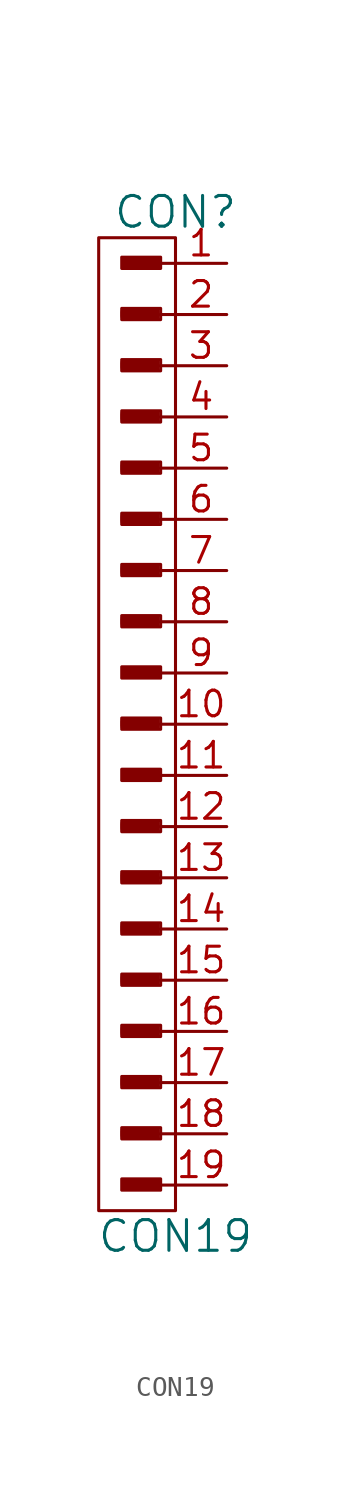
<source format=kicad_sym>
(kicad_symbol_lib
  (version 20220914)
  (generator kicad_symbol_editor)
  (symbol "CON19"
    (pin_names
      (offset 1.016))
    (property "Reference" "CON"
      (at 0 22.86 0)
      (effects (font (size 1.524 1.524))))
    (property "Value" "CON19"
      (at 0 -27.94 0)
      (effects (font (size 1.524 1.524))))
    (symbol "CON19_1_0"
      (rectangle (start -2.642 -23.012) (end -0.864 -22.657) (stroke (width 0) (type solid)) (fill (type none)))
      (rectangle (start -2.642 -20.472) (end -0.864 -20.117) (stroke (width 0) (type solid)) (fill (type none)))
      (rectangle (start -2.642 -17.932) (end -0.864 -17.577) (stroke (width 0) (type solid)) (fill (type none)))
      (rectangle (start -2.642 -15.392) (end -0.864 -15.037) (stroke (width 0) (type solid)) (fill (type none)))
      (rectangle (start -2.642 -12.852) (end -0.864 -12.497) (stroke (width 0) (type solid)) (fill (type none)))
      (rectangle (start -2.642 -10.312) (end -0.864 -9.957) (stroke (width 0) (type solid)) (fill (type none)))
      (rectangle (start -2.642 -7.772) (end -0.864 -7.417) (stroke (width 0) (type solid)) (fill (type none)))
      (rectangle (start -2.642 -2.692) (end -0.864 -2.337) (stroke (width 0) (type solid)) (fill (type none)))
      (rectangle (start -2.642 2.388) (end -0.864 2.743) (stroke (width 0) (type solid)) (fill (type none)))
      (rectangle (start -2.642 4.928) (end -0.864 5.283) (stroke (width 0) (type solid)) (fill (type none)))
      (rectangle (start -2.642 7.468) (end -0.864 7.823) (stroke (width 0) (type solid)) (fill (type none)))
      (rectangle (start -2.642 10.008) (end -0.864 10.363) (stroke (width 0) (type solid)) (fill (type none)))
      (rectangle (start -2.642 12.548) (end -0.864 12.903) (stroke (width 0) (type solid)) (fill (type none)))
      (rectangle (start -2.642 15.088) (end -0.864 15.443) (stroke (width 0) (type solid)) (fill (type none)))
      (rectangle (start -2.642 17.628) (end -0.864 17.983) (stroke (width 0) (type solid)) (fill (type none)))
      (rectangle (start -2.616 -25.552) (end -0.838 -25.197) (stroke (width 0) (type solid)) (fill (type none)))
      (rectangle (start -2.616 -22.911) (end -0.965 -22.809) (stroke (width 0) (type solid)) (fill (type none)))
      (rectangle (start -2.616 -20.371) (end -0.965 -20.269) (stroke (width 0) (type solid)) (fill (type none)))
      (rectangle (start -2.616 -17.831) (end -0.965 -17.729) (stroke (width 0) (type solid)) (fill (type none)))
      (rectangle (start -2.616 -15.291) (end -0.965 -15.189) (stroke (width 0) (type solid)) (fill (type none)))
      (rectangle (start -2.616 -12.751) (end -0.965 -12.649) (stroke (width 0) (type solid)) (fill (type none)))
      (rectangle (start -2.616 -10.211) (end -0.965 -10.109) (stroke (width 0) (type solid)) (fill (type none)))
      (rectangle (start -2.616 -7.671) (end -0.965 -7.569) (stroke (width 0) (type solid)) (fill (type none)))
      (rectangle (start -2.616 -5.232) (end -0.838 -4.877) (stroke (width 0) (type solid)) (fill (type none)))
      (rectangle (start -2.616 -2.591) (end -0.965 -2.489) (stroke (width 0) (type solid)) (fill (type none)))
      (rectangle (start -2.616 -0.152) (end -0.838 0.203) (stroke (width 0) (type solid)) (fill (type none)))
      (rectangle (start -2.616 2.489) (end -0.965 2.591) (stroke (width 0) (type solid)) (fill (type none)))
      (rectangle (start -2.616 5.029) (end -0.965 5.131) (stroke (width 0) (type solid)) (fill (type none)))
      (rectangle (start -2.616 7.569) (end -0.965 7.671) (stroke (width 0) (type solid)) (fill (type none)))
      (rectangle (start -2.616 10.109) (end -0.965 10.211) (stroke (width 0) (type solid)) (fill (type none)))
      (rectangle (start -2.616 12.649) (end -0.965 12.751) (stroke (width 0) (type solid)) (fill (type none)))
      (rectangle (start -2.616 15.189) (end -0.965 15.291) (stroke (width 0) (type solid)) (fill (type none)))
      (rectangle (start -2.616 17.729) (end -0.965 17.831) (stroke (width 0) (type solid)) (fill (type none)))
      (rectangle (start -2.616 20.168) (end -0.838 20.523) (stroke (width 0) (type solid)) (fill (type none)))
      (rectangle (start -2.591 -25.425) (end -0.94 -25.324) (stroke (width 0) (type solid)) (fill (type none)))
      (rectangle (start -2.591 -5.105) (end -0.94 -5.004) (stroke (width 0) (type solid)) (fill (type none)))
      (rectangle (start -2.591 -0.025) (end -0.94 0.076) (stroke (width 0) (type solid)) (fill (type none)))
      (rectangle (start -2.591 20.295) (end -0.94 20.396) (stroke (width 0) (type solid)) (fill (type none)))
      (rectangle (start -0.965 -22.733) (end -2.642 -22.936) (stroke (width 0) (type solid)) (fill (type none)))
      (rectangle (start -0.965 -20.193) (end -2.642 -20.396) (stroke (width 0) (type solid)) (fill (type none)))
      (rectangle (start -0.965 -17.653) (end -2.642 -17.856) (stroke (width 0) (type solid)) (fill (type none)))
      (rectangle (start -0.965 -15.113) (end -2.642 -15.316) (stroke (width 0) (type solid)) (fill (type none)))
      (rectangle (start -0.965 -12.573) (end -2.642 -12.776) (stroke (width 0) (type solid)) (fill (type none)))
      (rectangle (start -0.965 -10.033) (end -2.642 -10.236) (stroke (width 0) (type solid)) (fill (type none)))
      (rectangle (start -0.965 -7.493) (end -2.642 -7.696) (stroke (width 0) (type solid)) (fill (type none)))
      (rectangle (start -0.965 -2.413) (end -2.642 -2.616) (stroke (width 0) (type solid)) (fill (type none)))
      (rectangle (start -0.965 2.667) (end -2.642 2.464) (stroke (width 0) (type solid)) (fill (type none)))
      (rectangle (start -0.965 5.207) (end -2.642 5.004) (stroke (width 0) (type solid)) (fill (type none)))
      (rectangle (start -0.965 7.747) (end -2.642 7.544) (stroke (width 0) (type solid)) (fill (type none)))
      (rectangle (start -0.965 10.287) (end -2.642 10.084) (stroke (width 0) (type solid)) (fill (type none)))
      (rectangle (start -0.965 12.827) (end -2.642 12.624) (stroke (width 0) (type solid)) (fill (type none)))
      (rectangle (start -0.965 15.367) (end -2.642 15.164) (stroke (width 0) (type solid)) (fill (type none)))
      (rectangle (start -0.965 17.907) (end -2.642 17.704) (stroke (width 0) (type solid)) (fill (type none)))
      (rectangle (start -0.864 -25.298) (end -2.54 -25.502) (stroke (width 0) (type solid)) (fill (type none)))
      (rectangle (start -0.864 -4.978) (end -2.54 -5.182) (stroke (width 0) (type solid)) (fill (type none)))
      (rectangle (start -0.864 0.102) (end -2.54 -0.102) (stroke (width 0) (type solid)) (fill (type none)))
      (rectangle (start -0.864 20.422) (end -2.54 20.218) (stroke (width 0) (type solid)) (fill (type none)))
      (rectangle (start -0.737 -25.095) (end -2.667 -25.654) (stroke (width 0) (type solid)) (fill (type none)))
      (rectangle (start -0.737 -22.555) (end -2.667 -23.114) (stroke (width 0) (type solid)) (fill (type none)))
      (rectangle (start -0.737 -20.015) (end -2.667 -20.574) (stroke (width 0) (type solid)) (fill (type none)))
      (rectangle (start -0.737 -17.475) (end -2.667 -18.034) (stroke (width 0) (type solid)) (fill (type none)))
      (rectangle (start -0.737 -14.935) (end -2.667 -15.494) (stroke (width 0) (type solid)) (fill (type none)))
      (rectangle (start -0.737 -12.395) (end -2.667 -12.954) (stroke (width 0) (type solid)) (fill (type none)))
      (rectangle (start -0.737 -9.855) (end -2.667 -10.414) (stroke (width 0) (type solid)) (fill (type none)))
      (rectangle (start -0.737 -7.315) (end -2.667 -7.874) (stroke (width 0) (type solid)) (fill (type none)))
      (rectangle (start -0.737 -4.775) (end -2.667 -5.334) (stroke (width 0) (type solid)) (fill (type none)))
      (rectangle (start -0.737 -2.235) (end -2.667 -2.794) (stroke (width 0) (type solid)) (fill (type none)))
      (rectangle (start -0.737 0.305) (end -2.667 -0.254) (stroke (width 0) (type solid)) (fill (type none)))
      (rectangle (start -0.737 2.845) (end -2.667 2.286) (stroke (width 0) (type solid)) (fill (type none)))
      (rectangle (start -0.737 5.385) (end -2.667 4.826) (stroke (width 0) (type solid)) (fill (type none)))
      (rectangle (start -0.737 7.925) (end -2.667 7.366) (stroke (width 0) (type solid)) (fill (type none)))
      (rectangle (start -0.737 10.465) (end -2.667 9.906) (stroke (width 0) (type solid)) (fill (type none)))
      (rectangle (start -0.737 13.005) (end -2.667 12.446) (stroke (width 0) (type solid)) (fill (type none)))
      (rectangle (start -0.737 15.545) (end -2.667 14.986) (stroke (width 0) (type solid)) (fill (type none)))
      (rectangle (start -0.737 18.085) (end -2.667 17.526) (stroke (width 0) (type solid)) (fill (type none)))
      (rectangle (start -0.737 20.625) (end -2.667 20.066) (stroke (width 0) (type solid)) (fill (type none)))
      (polyline (pts (xy 0 -25.4) (xy -0.762 -25.4)) (stroke (width 0) (type solid)) (fill (type none)))
      (polyline (pts (xy 0 -22.86) (xy -0.762 -22.86)) (stroke (width 0) (type solid)) (fill (type none)))
      (polyline (pts (xy 0 -20.32) (xy -0.762 -20.32)) (stroke (width 0) (type solid)) (fill (type none)))
      (polyline (pts (xy 0 -17.78) (xy -0.762 -17.78)) (stroke (width 0) (type solid)) (fill (type none)))
      (polyline (pts (xy 0 -15.24) (xy -0.762 -15.24)) (stroke (width 0) (type solid)) (fill (type none)))
      (polyline (pts (xy 0 -12.7) (xy -0.762 -12.7)) (stroke (width 0) (type solid)) (fill (type none)))
      (polyline (pts (xy 0 -10.16) (xy -0.762 -10.16)) (stroke (width 0) (type solid)) (fill (type none)))
      (polyline (pts (xy 0 -7.62) (xy -0.762 -7.62)) (stroke (width 0) (type solid)) (fill (type none)))
      (polyline (pts (xy 0 -5.08) (xy -0.762 -5.08)) (stroke (width 0) (type solid)) (fill (type none)))
      (polyline (pts (xy 0 -2.54) (xy -0.762 -2.54)) (stroke (width 0) (type solid)) (fill (type none)))
      (polyline (pts (xy 0 0) (xy -0.762 0)) (stroke (width 0) (type solid)) (fill (type none)))
      (polyline (pts (xy 0 2.54) (xy -0.762 2.54)) (stroke (width 0) (type solid)) (fill (type none)))
      (polyline (pts (xy 0 5.08) (xy -0.762 5.08)) (stroke (width 0) (type solid)) (fill (type none)))
      (polyline (pts (xy 0 7.62) (xy -0.762 7.62)) (stroke (width 0) (type solid)) (fill (type none)))
      (polyline (pts (xy 0 10.16) (xy -0.762 10.16)) (stroke (width 0) (type solid)) (fill (type none)))
      (polyline (pts (xy 0 12.7) (xy -0.762 12.7)) (stroke (width 0) (type solid)) (fill (type none)))
      (polyline (pts (xy 0 15.24) (xy -0.762 15.24)) (stroke (width 0) (type solid)) (fill (type none)))
      (polyline (pts (xy 0 17.78) (xy -0.762 17.78)) (stroke (width 0) (type solid)) (fill (type none)))
      (polyline (pts (xy 0 20.32) (xy -0.762 20.32)) (stroke (width 0) (type solid)) (fill (type none))))
    (symbol "CON19_1_1"
      (rectangle (start 0 -26.67) (end -3.81 21.59) (stroke (width 0) (type solid)) (fill (type none)))
      (pin passive line (at 2.54 20.32 180) (length 2.54) (name "~" (effects (font (size 1.27 1.27)))) (number "1" (effects (font (size 1.27 1.27)))))
      (pin passive line (at 2.54 -2.54 180) (length 2.54) (name "~" (effects (font (size 1.27 1.27)))) (number "10" (effects (font (size 1.27 1.27)))))
      (pin passive line (at 2.54 -5.08 180) (length 2.54) (name "~" (effects (font (size 1.27 1.27)))) (number "11" (effects (font (size 1.27 1.27)))))
      (pin passive line (at 2.54 -7.62 180) (length 2.54) (name "~" (effects (font (size 1.27 1.27)))) (number "12" (effects (font (size 1.27 1.27)))))
      (pin passive line (at 2.54 -10.16 180) (length 2.54) (name "~" (effects (font (size 1.27 1.27)))) (number "13" (effects (font (size 1.27 1.27)))))
      (pin passive line (at 2.54 -12.7 180) (length 2.54) (name "~" (effects (font (size 1.27 1.27)))) (number "14" (effects (font (size 1.27 1.27)))))
      (pin passive line (at 2.54 -15.24 180) (length 2.54) (name "~" (effects (font (size 1.27 1.27)))) (number "15" (effects (font (size 1.27 1.27)))))
      (pin passive line (at 2.54 -17.78 180) (length 2.54) (name "~" (effects (font (size 1.27 1.27)))) (number "16" (effects (font (size 1.27 1.27)))))
      (pin passive line (at 2.54 -20.32 180) (length 2.54) (name "~" (effects (font (size 1.27 1.27)))) (number "17" (effects (font (size 1.27 1.27)))))
      (pin passive line (at 2.54 -22.86 180) (length 2.54) (name "~" (effects (font (size 1.27 1.27)))) (number "18" (effects (font (size 1.27 1.27)))))
      (pin passive line (at 2.54 -25.4 180) (length 2.54) (name "~" (effects (font (size 1.27 1.27)))) (number "19" (effects (font (size 1.27 1.27)))))
      (pin passive line (at 2.54 17.78 180) (length 2.54) (name "~" (effects (font (size 1.27 1.27)))) (number "2" (effects (font (size 1.27 1.27)))))
      (pin passive line (at 2.54 15.24 180) (length 2.54) (name "~" (effects (font (size 1.27 1.27)))) (number "3" (effects (font (size 1.27 1.27)))))
      (pin passive line (at 2.54 12.7 180) (length 2.54) (name "~" (effects (font (size 1.27 1.27)))) (number "4" (effects (font (size 1.27 1.27)))))
      (pin passive line (at 2.54 10.16 180) (length 2.54) (name "~" (effects (font (size 1.27 1.27)))) (number "5" (effects (font (size 1.27 1.27)))))
      (pin passive line (at 2.54 7.62 180) (length 2.54) (name "~" (effects (font (size 1.27 1.27)))) (number "6" (effects (font (size 1.27 1.27)))))
      (pin passive line (at 2.54 5.08 180) (length 2.54) (name "~" (effects (font (size 1.27 1.27)))) (number "7" (effects (font (size 1.27 1.27)))))
      (pin passive line (at 2.54 2.54 180) (length 2.54) (name "~" (effects (font (size 1.27 1.27)))) (number "8" (effects (font (size 1.27 1.27)))))
      (pin passive line (at 2.54 0 180) (length 2.54) (name "~" (effects (font (size 1.27 1.27)))) (number "9" (effects (font (size 1.27 1.27))))))))
</source>
